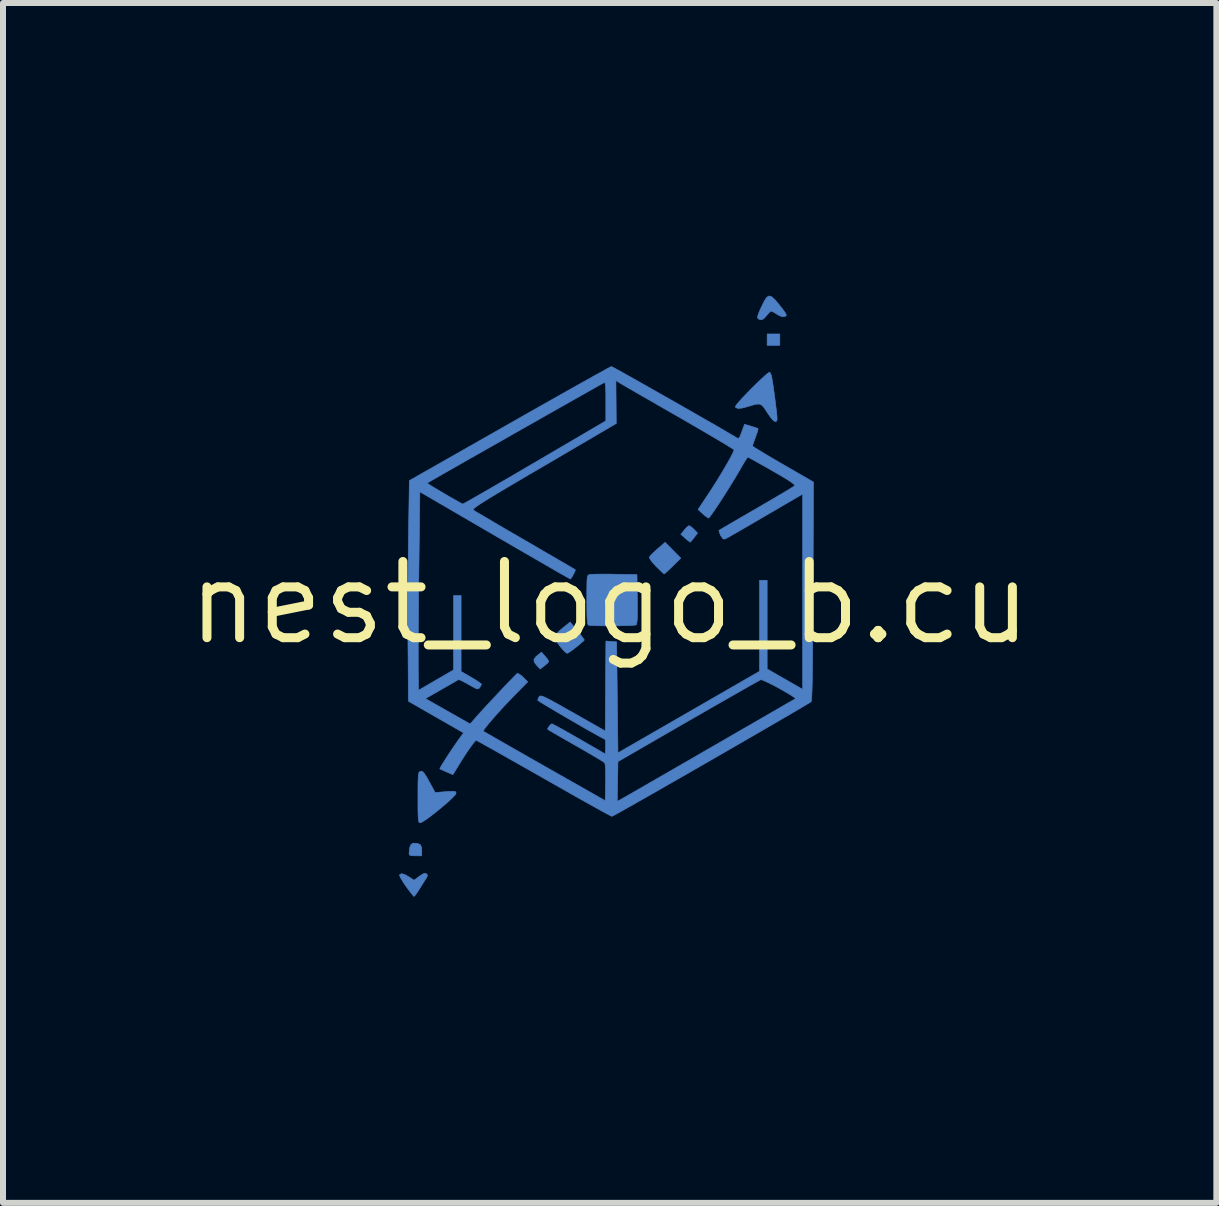
<source format=kicad_pcb>
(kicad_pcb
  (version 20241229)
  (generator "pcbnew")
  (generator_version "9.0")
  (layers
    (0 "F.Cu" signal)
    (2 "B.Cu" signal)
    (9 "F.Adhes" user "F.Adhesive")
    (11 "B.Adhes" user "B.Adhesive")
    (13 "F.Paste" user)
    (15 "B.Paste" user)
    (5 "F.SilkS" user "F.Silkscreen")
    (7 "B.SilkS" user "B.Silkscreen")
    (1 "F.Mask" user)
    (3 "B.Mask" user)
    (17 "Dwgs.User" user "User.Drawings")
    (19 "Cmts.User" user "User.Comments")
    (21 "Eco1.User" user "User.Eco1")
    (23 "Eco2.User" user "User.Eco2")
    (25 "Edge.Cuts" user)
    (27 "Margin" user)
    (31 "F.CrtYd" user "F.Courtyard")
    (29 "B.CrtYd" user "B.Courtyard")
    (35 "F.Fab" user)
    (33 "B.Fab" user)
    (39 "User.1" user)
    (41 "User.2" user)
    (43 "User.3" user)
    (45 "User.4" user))
  (footprint "nest_logo_b.cu"
    (layer "F.Cu")
    (at 7.113 7)
    (property "Reference" "nest_logo_b.cu" (at 0 0 0) (layer "F.SilkS") (effects (font (size 1.27 1.27) (thickness 0.15))))
    (attr through_hole board_only)
    (fp_poly (pts (xy 2.836 -4.293) (xy 2.625 -4.293) (xy 2.625 -4.483) (xy 2.836 -4.483) (xy 2.836 -4.293)) (stroke (width 0.01) (type solid)) (fill yes) (layer "B.Cu"))
    (fp_poly (pts (xy -3.197 4.011) (xy -3.154 4.033) (xy -3.135 4.078) (xy -3.133 4.123) (xy -3.133 4.216) (xy -3.239 4.216) (xy -3.302 4.214) (xy -3.334 4.204) (xy -3.344 4.183) (xy -3.344 4.176) (xy -3.336 4.086) (xy -3.313 4.028) (xy -3.277 4.005) (xy -3.273 4.005) (xy -3.197 4.011)) (stroke (width 0.01) (type solid)) (fill yes) (layer "B.Cu"))
    (fp_poly (pts (xy -1.077 0.889) (xy -1.039 0.935) (xy -1.018 0.969) (xy -1.016 0.975) (xy -1.031 0.998) (xy -1.07 1.034) (xy -1.087 1.048) (xy -1.158 1.102) (xy -1.214 1.044) (xy -1.257 0.988) (xy -1.263 0.943) (xy -1.23 0.897) (xy -1.202 0.873) (xy -1.137 0.821) (xy -1.077 0.889)) (stroke (width 0.01) (type solid)) (fill yes) (layer "B.Cu"))
    (fp_poly (pts (xy 1.352 -1.273) (xy 1.393 -1.238) (xy 1.406 -1.225) (xy 1.465 -1.164) (xy 1.407 -1.088) (xy 1.371 -1.043) (xy 1.347 -1.015) (xy 1.342 -1.012) (xy 1.324 -1.025) (xy 1.284 -1.057) (xy 1.261 -1.077) (xy 1.186 -1.143) (xy 1.244 -1.215) (xy 1.284 -1.259) (xy 1.316 -1.285) (xy 1.324 -1.287) (xy 1.352 -1.273)) (stroke (width 0.01) (type solid)) (fill yes) (layer "B.Cu"))
    (fp_poly (pts (xy 1.185 -0.746) (xy 1.052 -0.615) (xy 0.992 -0.556) (xy 0.943 -0.511) (xy 0.914 -0.486) (xy 0.909 -0.483) (xy 0.89 -0.497) (xy 0.85 -0.534) (xy 0.795 -0.588) (xy 0.774 -0.608) (xy 0.714 -0.674) (xy 0.674 -0.727) (xy 0.661 -0.76) (xy 0.662 -0.763) (xy 0.682 -0.79) (xy 0.727 -0.836) (xy 0.786 -0.89) (xy 0.798 -0.901) (xy 0.924 -1.01) (xy 1.185 -0.746)) (stroke (width 0.01) (type solid)) (fill yes) (layer "B.Cu"))
    (fp_poly (pts (xy -0.541 0.462) (xy -0.488 0.528) (xy -0.448 0.581) (xy -0.426 0.613) (xy -0.423 0.618) (xy -0.439 0.637) (xy -0.479 0.672) (xy -0.534 0.718) (xy -0.594 0.765) (xy -0.65 0.806) (xy -0.692 0.834) (xy -0.706 0.84) (xy -0.73 0.829) (xy -0.77 0.791) (xy -0.819 0.734) (xy -0.826 0.726) (xy -0.872 0.661) (xy -0.906 0.604) (xy -0.921 0.568) (xy -0.921 0.566) (xy -0.905 0.536) (xy -0.864 0.49) (xy -0.804 0.436) (xy -0.79 0.424) (xy -0.659 0.319) (xy -0.541 0.462)) (stroke (width 0.01) (type solid)) (fill yes) (layer "B.Cu"))
    (fp_poly (pts (xy -3.054 4.516) (xy -3.037 4.54) (xy -3.048 4.572) (xy -3.055 4.584) (xy -3.081 4.624) (xy -3.12 4.687) (xy -3.165 4.759) (xy -3.166 4.761) (xy -3.208 4.825) (xy -3.241 4.872) (xy -3.26 4.893) (xy -3.261 4.893) (xy -3.278 4.877) (xy -3.313 4.834) (xy -3.361 4.771) (xy -3.395 4.724) (xy -3.445 4.65) (xy -3.482 4.588) (xy -3.502 4.546) (xy -3.503 4.533) (xy -3.472 4.514) (xy -3.419 4.526) (xy -3.345 4.568) (xy -3.261 4.623) (xy -3.172 4.557) (xy -3.114 4.519) (xy -3.077 4.507) (xy -3.054 4.516)) (stroke (width 0.01) (type solid)) (fill yes) (layer "B.Cu"))
    (fp_poly (pts (xy 2.7 -5.104) (xy 2.754 -5.055) (xy 2.825 -4.971) (xy 2.837 -4.955) (xy 2.895 -4.881) (xy 2.93 -4.832) (xy 2.944 -4.803) (xy 2.941 -4.787) (xy 2.924 -4.777) (xy 2.919 -4.775) (xy 2.874 -4.771) (xy 2.819 -4.794) (xy 2.791 -4.811) (xy 2.739 -4.843) (xy 2.7 -4.862) (xy 2.691 -4.864) (xy 2.668 -4.849) (xy 2.631 -4.81) (xy 2.616 -4.79) (xy 2.568 -4.737) (xy 2.529 -4.719) (xy 2.488 -4.73) (xy 2.478 -4.736) (xy 2.466 -4.751) (xy 2.467 -4.779) (xy 2.483 -4.828) (xy 2.515 -4.903) (xy 2.531 -4.936) (xy 2.578 -5.033) (xy 2.618 -5.093) (xy 2.657 -5.117) (xy 2.7 -5.104)) (stroke (width 0.01) (type solid)) (fill yes) (layer "B.Cu"))
    (fp_poly (pts (xy -0.014 -0.48) (xy 0.085 -0.478) (xy 0.455 -0.472) (xy 0.461 -0.061) (xy 0.462 0.09) (xy 0.462 0.203) (xy 0.459 0.283) (xy 0.453 0.334) (xy 0.445 0.361) (xy 0.44 0.367) (xy 0.411 0.372) (xy 0.349 0.376) (xy 0.261 0.379) (xy 0.156 0.382) (xy 0.043 0.383) (xy -0.07 0.383) (xy -0.175 0.381) (xy -0.263 0.379) (xy -0.326 0.375) (xy -0.355 0.371) (xy -0.364 0.356) (xy -0.372 0.316) (xy -0.377 0.249) (xy -0.38 0.149) (xy -0.381 0.012) (xy -0.381 -0.05) (xy -0.381 -0.192) (xy -0.38 -0.296) (xy -0.378 -0.37) (xy -0.374 -0.419) (xy -0.367 -0.448) (xy -0.357 -0.463) (xy -0.343 -0.47) (xy -0.333 -0.473) (xy -0.297 -0.476) (xy -0.227 -0.479) (xy -0.13 -0.48) (xy -0.014 -0.48)) (stroke (width 0.01) (type solid)) (fill yes) (layer "B.Cu"))
    (fp_poly (pts (xy -3.114 2.816) (xy -3.087 2.847) (xy -3.051 2.903) (xy -3.003 2.99) (xy -2.988 3.016) (xy -2.91 3.161) (xy -2.736 3.147) (xy -2.65 3.141) (xy -2.598 3.14) (xy -2.572 3.146) (xy -2.562 3.16) (xy -2.561 3.175) (xy -2.577 3.202) (xy -2.621 3.248) (xy -2.685 3.308) (xy -2.764 3.377) (xy -2.85 3.449) (xy -2.938 3.519) (xy -3.019 3.581) (xy -3.088 3.629) (xy -3.139 3.659) (xy -3.159 3.666) (xy -3.172 3.663) (xy -3.181 3.65) (xy -3.188 3.623) (xy -3.192 3.575) (xy -3.195 3.502) (xy -3.196 3.397) (xy -3.196 3.256) (xy -3.196 3.245) (xy -3.196 3.1) (xy -3.195 2.992) (xy -3.192 2.915) (xy -3.188 2.864) (xy -3.181 2.833) (xy -3.171 2.817) (xy -3.16 2.81) (xy -3.137 2.806) (xy -3.114 2.816)) (stroke (width 0.01) (type solid)) (fill yes) (layer "B.Cu"))
    (fp_poly (pts (xy 2.678 -3.833) (xy 2.691 -3.803) (xy 2.704 -3.749) (xy 2.718 -3.665) (xy 2.735 -3.547) (xy 2.745 -3.478) (xy 2.764 -3.329) (xy 2.778 -3.216) (xy 2.787 -3.136) (xy 2.791 -3.081) (xy 2.789 -3.048) (xy 2.782 -3.031) (xy 2.771 -3.024) (xy 2.757 -3.023) (xy 2.726 -3.042) (xy 2.681 -3.094) (xy 2.629 -3.171) (xy 2.58 -3.247) (xy 2.54 -3.293) (xy 2.498 -3.314) (xy 2.443 -3.313) (xy 2.365 -3.292) (xy 2.306 -3.274) (xy 2.207 -3.247) (xy 2.137 -3.242) (xy 2.101 -3.257) (xy 2.095 -3.273) (xy 2.11 -3.298) (xy 2.149 -3.346) (xy 2.207 -3.41) (xy 2.279 -3.485) (xy 2.357 -3.566) (xy 2.438 -3.646) (xy 2.514 -3.719) (xy 2.581 -3.781) (xy 2.631 -3.824) (xy 2.661 -3.844) (xy 2.664 -3.844) (xy 2.678 -3.833)) (stroke (width 0.01) (type solid)) (fill yes) (layer "B.Cu"))
    (fp_poly (pts (xy 0.05 -3.93) (xy 0.104 -3.901) (xy 0.186 -3.856) (xy 0.293 -3.796) (xy 0.421 -3.724) (xy 0.565 -3.643) (xy 0.722 -3.554) (xy 0.887 -3.46) (xy 1.057 -3.364) (xy 1.227 -3.267) (xy 1.394 -3.172) (xy 1.553 -3.08) (xy 1.701 -2.996) (xy 1.833 -2.92) (xy 1.945 -2.854) (xy 2.034 -2.802) (xy 2.095 -2.766) (xy 2.11 -2.756) (xy 2.136 -2.743) (xy 2.155 -2.747) (xy 2.173 -2.776) (xy 2.197 -2.837) (xy 2.202 -2.852) (xy 2.248 -2.977) (xy 2.357 -2.945) (xy 2.419 -2.926) (xy 2.462 -2.911) (xy 2.474 -2.905) (xy 2.471 -2.883) (xy 2.456 -2.832) (xy 2.432 -2.765) (xy 2.432 -2.764) (xy 2.406 -2.695) (xy 2.388 -2.641) (xy 2.381 -2.616) (xy 2.399 -2.601) (xy 2.449 -2.569) (xy 2.526 -2.522) (xy 2.626 -2.462) (xy 2.744 -2.392) (xy 2.875 -2.316) (xy 2.889 -2.308) (xy 3.397 -2.015) (xy 3.39 -0.196) (xy 3.388 0.15) (xy 3.386 0.456) (xy 3.384 0.723) (xy 3.382 0.952) (xy 3.38 1.145) (xy 3.377 1.305) (xy 3.374 1.431) (xy 3.37 1.527) (xy 3.366 1.594) (xy 3.362 1.634) (xy 3.358 1.647) (xy 3.335 1.662) (xy 3.278 1.696) (xy 3.192 1.748) (xy 3.078 1.815) (xy 2.941 1.895) (xy 2.783 1.987) (xy 2.608 2.089) (xy 2.419 2.198) (xy 2.219 2.314) (xy 2.011 2.434) (xy 1.798 2.557) (xy 1.584 2.68) (xy 1.371 2.803) (xy 1.163 2.922) (xy 0.963 3.036) (xy 0.775 3.144) (xy 0.601 3.243) (xy 0.444 3.332) (xy 0.308 3.409) (xy 0.196 3.472) (xy 0.112 3.519) (xy 0.057 3.548) (xy 0.036 3.558) (xy 0.014 3.548) (xy -0.042 3.518) (xy -0.129 3.471) (xy -0.242 3.408) (xy -0.379 3.332) (xy -0.421 3.308) (xy 0.126 3.308) (xy 0.174 3.283) (xy 0.2 3.268) (xy 0.259 3.234) (xy 0.349 3.183) (xy 0.467 3.115) (xy 0.611 3.032) (xy 0.776 2.937) (xy 0.96 2.831) (xy 1.161 2.715) (xy 1.376 2.591) (xy 1.6 2.461) (xy 1.651 2.432) (xy 1.877 2.302) (xy 2.092 2.177) (xy 2.294 2.061) (xy 2.479 1.954) (xy 2.646 1.857) (xy 2.791 1.774) (xy 2.911 1.704) (xy 3.004 1.651) (xy 3.066 1.615) (xy 3.095 1.598) (xy 3.097 1.597) (xy 3.088 1.584) (xy 3.048 1.555) (xy 2.985 1.516) (xy 2.906 1.47) (xy 2.82 1.421) (xy 2.732 1.374) (xy 2.65 1.333) (xy 2.583 1.301) (xy 2.537 1.283) (xy 2.521 1.28) (xy 2.497 1.292) (xy 2.44 1.323) (xy 2.352 1.372) (xy 2.238 1.437) (xy 2.099 1.516) (xy 1.94 1.607) (xy 1.763 1.708) (xy 1.572 1.818) (xy 1.37 1.934) (xy 1.312 1.967) (xy 0.138 2.645) (xy 0.132 2.977) (xy 0.126 3.308) (xy -0.421 3.308) (xy -0.536 3.244) (xy -0.71 3.145) (xy -0.899 3.038) (xy -1.098 2.925) (xy -1.101 2.923) (xy -1.299 2.81) (xy -1.487 2.704) (xy -1.661 2.605) (xy -1.817 2.517) (xy -1.953 2.44) (xy -2.065 2.378) (xy -2.15 2.33) (xy -2.205 2.301) (xy -2.226 2.29) (xy -2.226 2.29) (xy -2.246 2.307) (xy -2.283 2.353) (xy -2.332 2.42) (xy -2.389 2.503) (xy -2.448 2.594) (xy -2.505 2.685) (xy -2.519 2.708) (xy -2.561 2.778) (xy -2.594 2.831) (xy -2.612 2.859) (xy -2.615 2.861) (xy -2.635 2.854) (xy -2.681 2.834) (xy -2.737 2.81) (xy -2.789 2.786) (xy -2.825 2.77) (xy -2.832 2.766) (xy -2.824 2.747) (xy -2.797 2.7) (xy -2.755 2.633) (xy -2.704 2.553) (xy -2.648 2.468) (xy -2.591 2.384) (xy -2.539 2.309) (xy -2.515 2.275) (xy -2.435 2.166) (xy -2.895 1.903) (xy -3.355 1.639) (xy -3.36 0.902) (xy -3.191 0.902) (xy -3.191 1.021) (xy -3.191 1.085) (xy -3.186 1.456) (xy -2.895 1.287) (xy -2.603 1.117) (xy -2.603 -0.123) (xy -2.477 -0.123) (xy -2.477 1.143) (xy -2.307 1.241) (xy -2.233 1.285) (xy -2.176 1.323) (xy -2.143 1.348) (xy -2.138 1.355) (xy -2.149 1.384) (xy -2.167 1.411) (xy -2.183 1.429) (xy -2.203 1.434) (xy -2.235 1.424) (xy -2.288 1.396) (xy -2.35 1.361) (xy -2.422 1.321) (xy -2.479 1.292) (xy -2.513 1.279) (xy -2.517 1.278) (xy -2.54 1.291) (xy -2.592 1.32) (xy -2.667 1.363) (xy -2.758 1.415) (xy -2.801 1.44) (xy -3.071 1.595) (xy -2.698 1.807) (xy -2.326 2.018) (xy -2.237 1.916) (xy -2.19 1.862) (xy -2.124 1.79) (xy -2.045 1.704) (xy -1.958 1.611) (xy -1.868 1.515) (xy -1.78 1.421) (xy -1.699 1.336) (xy -1.629 1.264) (xy -1.577 1.21) (xy -1.546 1.18) (xy -1.541 1.176) (xy -1.515 1.182) (xy -1.472 1.212) (xy -1.443 1.239) (xy -1.366 1.316) (xy -1.58 1.533) (xy -1.677 1.634) (xy -1.774 1.737) (xy -1.866 1.838) (xy -1.949 1.932) (xy -2.018 2.013) (xy -2.07 2.078) (xy -2.101 2.121) (xy -2.107 2.138) (xy -2.087 2.15) (xy -2.033 2.181) (xy -1.95 2.229) (xy -1.839 2.293) (xy -1.706 2.369) (xy -1.552 2.457) (xy -1.382 2.554) (xy -1.199 2.658) (xy -1.085 2.723) (xy -0.074 3.297) (xy -0.068 2.99) (xy -0.067 2.859) (xy -0.069 2.765) (xy -0.074 2.703) (xy -0.083 2.669) (xy -0.089 2.66) (xy -0.115 2.643) (xy -0.171 2.608) (xy -0.254 2.559) (xy -0.358 2.498) (xy -0.477 2.429) (xy -0.572 2.375) (xy -0.697 2.303) (xy -0.81 2.239) (xy -0.905 2.184) (xy -0.977 2.142) (xy -1.021 2.116) (xy -1.033 2.109) (xy -1.03 2.089) (xy -1.009 2.055) (xy -0.982 2.026) (xy -0.963 2.015) (xy -0.94 2.026) (xy -0.885 2.055) (xy -0.804 2.099) (xy -0.703 2.156) (xy -0.587 2.222) (xy -0.508 2.267) (xy -0.074 2.518) (xy -0.068 2.399) (xy -0.067 2.333) (xy -0.072 2.288) (xy -0.078 2.274) (xy -0.109 2.259) (xy -0.169 2.227) (xy -0.252 2.18) (xy -0.355 2.123) (xy -0.47 2.057) (xy -0.592 1.986) (xy -0.717 1.914) (xy -0.838 1.843) (xy -0.95 1.777) (xy -1.047 1.719) (xy -1.125 1.672) (xy -1.177 1.639) (xy -1.199 1.623) (xy -1.199 1.623) (xy -1.192 1.591) (xy -1.176 1.564) (xy -1.166 1.554) (xy -1.15 1.55) (xy -1.126 1.555) (xy -1.088 1.569) (xy -1.033 1.596) (xy -0.957 1.636) (xy -0.855 1.692) (xy -0.723 1.767) (xy -0.611 1.83) (xy -0.074 2.135) (xy -0.063 0.636) (xy 0.027 0.643) (xy 0.116 0.649) (xy 0.127 1.575) (xy 0.138 2.5) (xy 1.318 1.82) (xy 2.498 1.14) (xy 2.498 -0.377) (xy 2.625 -0.377) (xy 2.625 1.101) (xy 2.921 1.271) (xy 3.217 1.441) (xy 3.217 -1.815) (xy 2.99 -1.682) (xy 2.757 -1.546) (xy 2.557 -1.43) (xy 2.39 -1.332) (xy 2.252 -1.252) (xy 2.142 -1.188) (xy 2.056 -1.139) (xy 1.993 -1.103) (xy 1.95 -1.079) (xy 1.924 -1.066) (xy 1.917 -1.063) (xy 1.887 -1.069) (xy 1.855 -1.115) (xy 1.849 -1.126) (xy 1.828 -1.176) (xy 1.821 -1.206) (xy 1.822 -1.209) (xy 1.842 -1.221) (xy 1.894 -1.252) (xy 1.974 -1.299) (xy 2.078 -1.359) (xy 2.201 -1.431) (xy 2.339 -1.511) (xy 2.445 -1.572) (xy 2.592 -1.658) (xy 2.728 -1.737) (xy 2.848 -1.808) (xy 2.949 -1.868) (xy 3.024 -1.914) (xy 3.071 -1.943) (xy 3.084 -1.951) (xy 3.083 -1.965) (xy 3.059 -1.989) (xy 3.009 -2.025) (xy 2.93 -2.075) (xy 2.819 -2.141) (xy 2.711 -2.203) (xy 2.594 -2.27) (xy 2.489 -2.329) (xy 2.403 -2.377) (xy 2.34 -2.411) (xy 2.306 -2.429) (xy 2.302 -2.43) (xy 2.288 -2.413) (xy 2.257 -2.366) (xy 2.216 -2.298) (xy 2.18 -2.235) (xy 2.123 -2.137) (xy 2.057 -2.028) (xy 1.986 -1.913) (xy 1.913 -1.798) (xy 1.843 -1.688) (xy 1.778 -1.59) (xy 1.722 -1.508) (xy 1.68 -1.449) (xy 1.654 -1.418) (xy 1.649 -1.414) (xy 1.623 -1.428) (xy 1.579 -1.461) (xy 1.551 -1.486) (xy 1.473 -1.557) (xy 1.655 -1.83) (xy 1.722 -1.933) (xy 1.793 -2.045) (xy 1.863 -2.16) (xy 1.928 -2.271) (xy 1.986 -2.371) (xy 2.032 -2.456) (xy 2.062 -2.517) (xy 2.074 -2.55) (xy 2.074 -2.551) (xy 2.057 -2.565) (xy 2.005 -2.597) (xy 1.924 -2.647) (xy 1.817 -2.711) (xy 1.687 -2.788) (xy 1.537 -2.876) (xy 1.371 -2.972) (xy 1.192 -3.076) (xy 1.138 -3.107) (xy 0.954 -3.212) (xy 0.781 -3.312) (xy 0.621 -3.404) (xy 0.478 -3.486) (xy 0.357 -3.556) (xy 0.26 -3.612) (xy 0.192 -3.652) (xy 0.156 -3.673) (xy 0.153 -3.676) (xy 0.104 -3.706) (xy 0.107 -3.349) (xy 0.11 -2.991) (xy -1.099 -2.282) (xy -1.341 -2.141) (xy -1.548 -2.019) (xy -1.724 -1.915) (xy -1.87 -1.828) (xy -1.989 -1.756) (xy -2.084 -1.697) (xy -2.157 -1.651) (xy -2.21 -1.615) (xy -2.245 -1.589) (xy -2.266 -1.57) (xy -2.275 -1.557) (xy -2.273 -1.548) (xy -2.271 -1.546) (xy -2.246 -1.53) (xy -2.187 -1.495) (xy -2.1 -1.444) (xy -1.988 -1.378) (xy -1.854 -1.299) (xy -1.704 -1.211) (xy -1.539 -1.116) (xy -1.408 -1.04) (xy -1.238 -0.941) (xy -1.079 -0.848) (xy -0.935 -0.765) (xy -0.81 -0.692) (xy -0.708 -0.633) (xy -0.632 -0.588) (xy -0.586 -0.561) (xy -0.573 -0.553) (xy -0.577 -0.533) (xy -0.595 -0.492) (xy -0.62 -0.446) (xy -0.643 -0.41) (xy -0.656 -0.398) (xy -0.676 -0.409) (xy -0.729 -0.439) (xy -0.813 -0.486) (xy -0.924 -0.55) (xy -1.06 -0.629) (xy -1.218 -0.72) (xy -1.394 -0.822) (xy -1.586 -0.933) (xy -1.79 -1.052) (xy -1.916 -1.125) (xy -3.164 -1.852) (xy -3.18 -0.569) (xy -3.183 -0.327) (xy -3.185 -0.086) (xy -3.187 0.147) (xy -3.189 0.367) (xy -3.19 0.57) (xy -3.191 0.75) (xy -3.191 0.902) (xy -3.36 0.902) (xy -3.362 0.732) (xy -3.363 0.493) (xy -3.363 0.224) (xy -3.363 -0.063) (xy -3.361 -0.355) (xy -3.359 -0.642) (xy -3.356 -0.91) (xy -3.354 -1.107) (xy -3.34 -1.998) (xy -3.043 -1.998) (xy -3.028 -1.986) (xy -2.984 -1.957) (xy -2.917 -1.916) (xy -2.836 -1.868) (xy -2.747 -1.815) (xy -2.658 -1.763) (xy -2.576 -1.717) (xy -2.509 -1.679) (xy -2.464 -1.655) (xy -2.449 -1.648) (xy -2.428 -1.659) (xy -2.374 -1.688) (xy -2.289 -1.736) (xy -2.178 -1.8) (xy -2.042 -1.878) (xy -1.885 -1.969) (xy -1.71 -2.07) (xy -1.52 -2.181) (xy -1.319 -2.299) (xy -1.248 -2.34) (xy -0.064 -3.034) (xy -0.064 -3.359) (xy -0.064 -3.487) (xy -0.067 -3.579) (xy -0.072 -3.637) (xy -0.079 -3.667) (xy -0.089 -3.674) (xy -0.09 -3.673) (xy -0.111 -3.662) (xy -0.166 -3.632) (xy -0.25 -3.584) (xy -0.361 -3.522) (xy -0.495 -3.446) (xy -0.649 -3.359) (xy -0.819 -3.263) (xy -1.003 -3.159) (xy -1.196 -3.049) (xy -1.395 -2.936) (xy -1.597 -2.822) (xy -1.798 -2.707) (xy -1.996 -2.595) (xy -2.186 -2.487) (xy -2.366 -2.385) (xy -2.532 -2.29) (xy -2.68 -2.206) (xy -2.808 -2.133) (xy -2.911 -2.074) (xy -2.987 -2.03) (xy -3.032 -2.004) (xy -3.043 -1.998) (xy -3.34 -1.998) (xy -3.339 -2.039) (xy -1.668 -2.989) (xy -1.422 -3.129) (xy -1.188 -3.262) (xy -0.966 -3.387) (xy -0.759 -3.504) (xy -0.571 -3.61) (xy -0.404 -3.703) (xy -0.26 -3.784) (xy -0.142 -3.849) (xy -0.053 -3.898) (xy 0.005 -3.929) (xy 0.029 -3.94) (xy 0.029 -3.94) (xy 0.05 -3.93)) (stroke (width 0.01) (type solid)) (fill yes) (layer "B.Cu"))
    (zone (net_name "") (layer "B.Cu") (hatch edge 0.5) (connect_pads) (min_thickness 0.25) (filled_areas_thickness no) (keepout (tracks allowed) (vias allowed) (pads allowed) (copperpour not_allowed) (footprints allowed)) (placement (enabled no)) (fill) (polygon (pts (arc (start 0.113238 7.0005) (mid 14.113238 7.0005) (end 0.113238 7.0005))))))
  (gr_rect
    (start -3 -3)
    (end 17.226 17.001)
    (stroke (width 0.1) (type default))
    (fill no)
    (layer "Edge.Cuts")))
</source>
